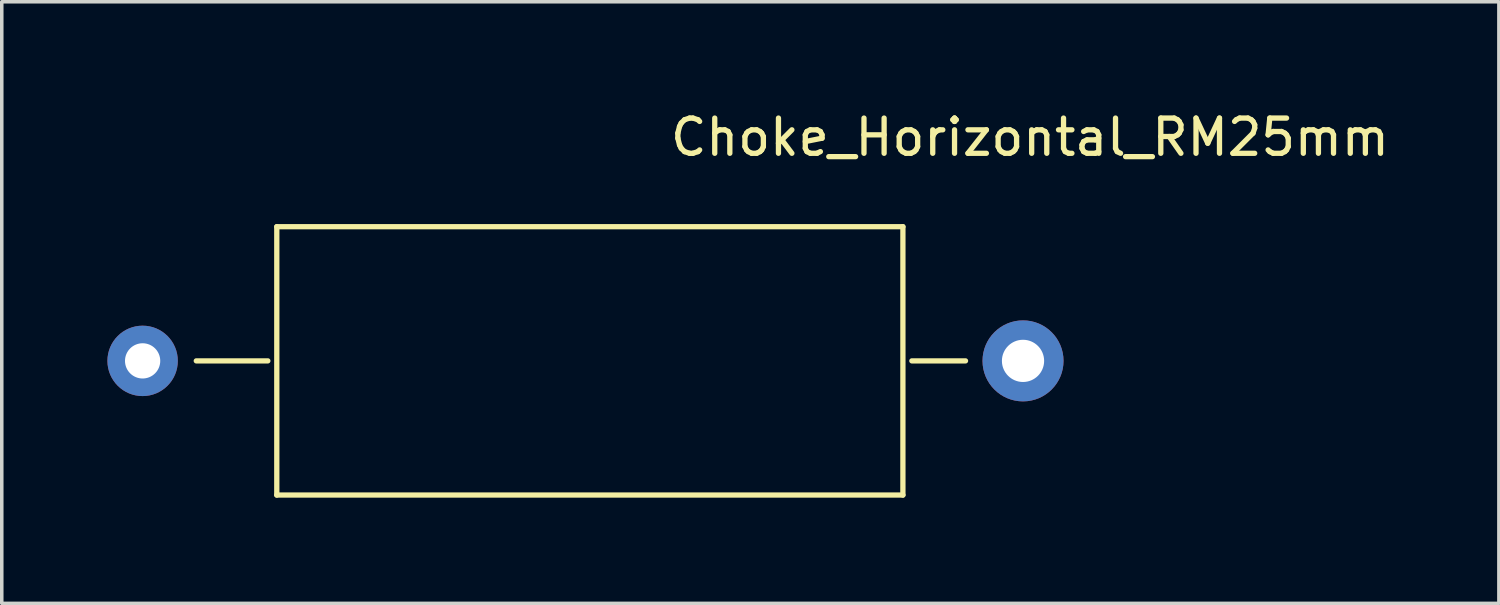
<source format=kicad_pcb>
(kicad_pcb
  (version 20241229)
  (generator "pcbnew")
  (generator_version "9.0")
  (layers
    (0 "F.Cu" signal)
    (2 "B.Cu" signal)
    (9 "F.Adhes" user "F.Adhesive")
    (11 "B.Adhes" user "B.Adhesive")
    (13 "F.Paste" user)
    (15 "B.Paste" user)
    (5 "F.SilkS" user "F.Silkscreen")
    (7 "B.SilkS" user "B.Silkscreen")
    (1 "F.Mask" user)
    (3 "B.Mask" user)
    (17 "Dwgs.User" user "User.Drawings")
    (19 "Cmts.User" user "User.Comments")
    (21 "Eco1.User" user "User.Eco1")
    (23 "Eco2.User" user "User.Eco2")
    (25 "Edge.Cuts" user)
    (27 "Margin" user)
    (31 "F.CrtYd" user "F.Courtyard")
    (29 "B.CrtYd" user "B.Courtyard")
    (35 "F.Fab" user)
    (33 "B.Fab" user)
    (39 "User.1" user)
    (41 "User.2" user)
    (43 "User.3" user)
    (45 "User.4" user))
  (footprint "Choke_Horizontal_RM25mm"
    (layer "F.Cu")
    (at 13.499 7.198)
    (property "Reference" "Choke_Horizontal_RM25mm" (at 12.7 -6.35 0) (layer "F.SilkS") (effects (font (size 1 1) (thickness 0.15))))
    (attr through_hole)
    (fp_line (start -8.943 0) (end -10.975 0) (stroke (width 0.15) (type solid)) (layer "F.SilkS"))
    (fp_line (start -8.689 -3.81) (end -8.689 3.81) (stroke (width 0.15) (type solid)) (layer "F.SilkS"))
    (fp_line (start -8.689 3.81) (end 9.091 3.81) (stroke (width 0.15) (type solid)) (layer "F.SilkS"))
    (fp_line (start 9.091 -3.81) (end -8.689 -3.81) (stroke (width 0.15) (type solid)) (layer "F.SilkS"))
    (fp_line (start 9.091 3.81) (end 9.091 -3.81) (stroke (width 0.15) (type solid)) (layer "F.SilkS"))
    (fp_line (start 9.345 0) (end 10.869 0) (stroke (width 0.15) (type solid)) (layer "F.SilkS"))
    (pad "1" thru_hole circle (at -12.499 0) (size 1.999 1.999) (drill 1.001) (layers "*.Cu" "*.Mask"))
    (pad "2" thru_hole circle (at 12.502 0) (size 2.301 2.301) (drill 1.199) (layers "*.Cu" "*.Mask")))
  (gr_rect
    (start -3 -3)
    (end 39.514 14.083)
    (stroke (width 0.1) (type default))
    (fill no)
    (layer "Edge.Cuts")))
</source>
